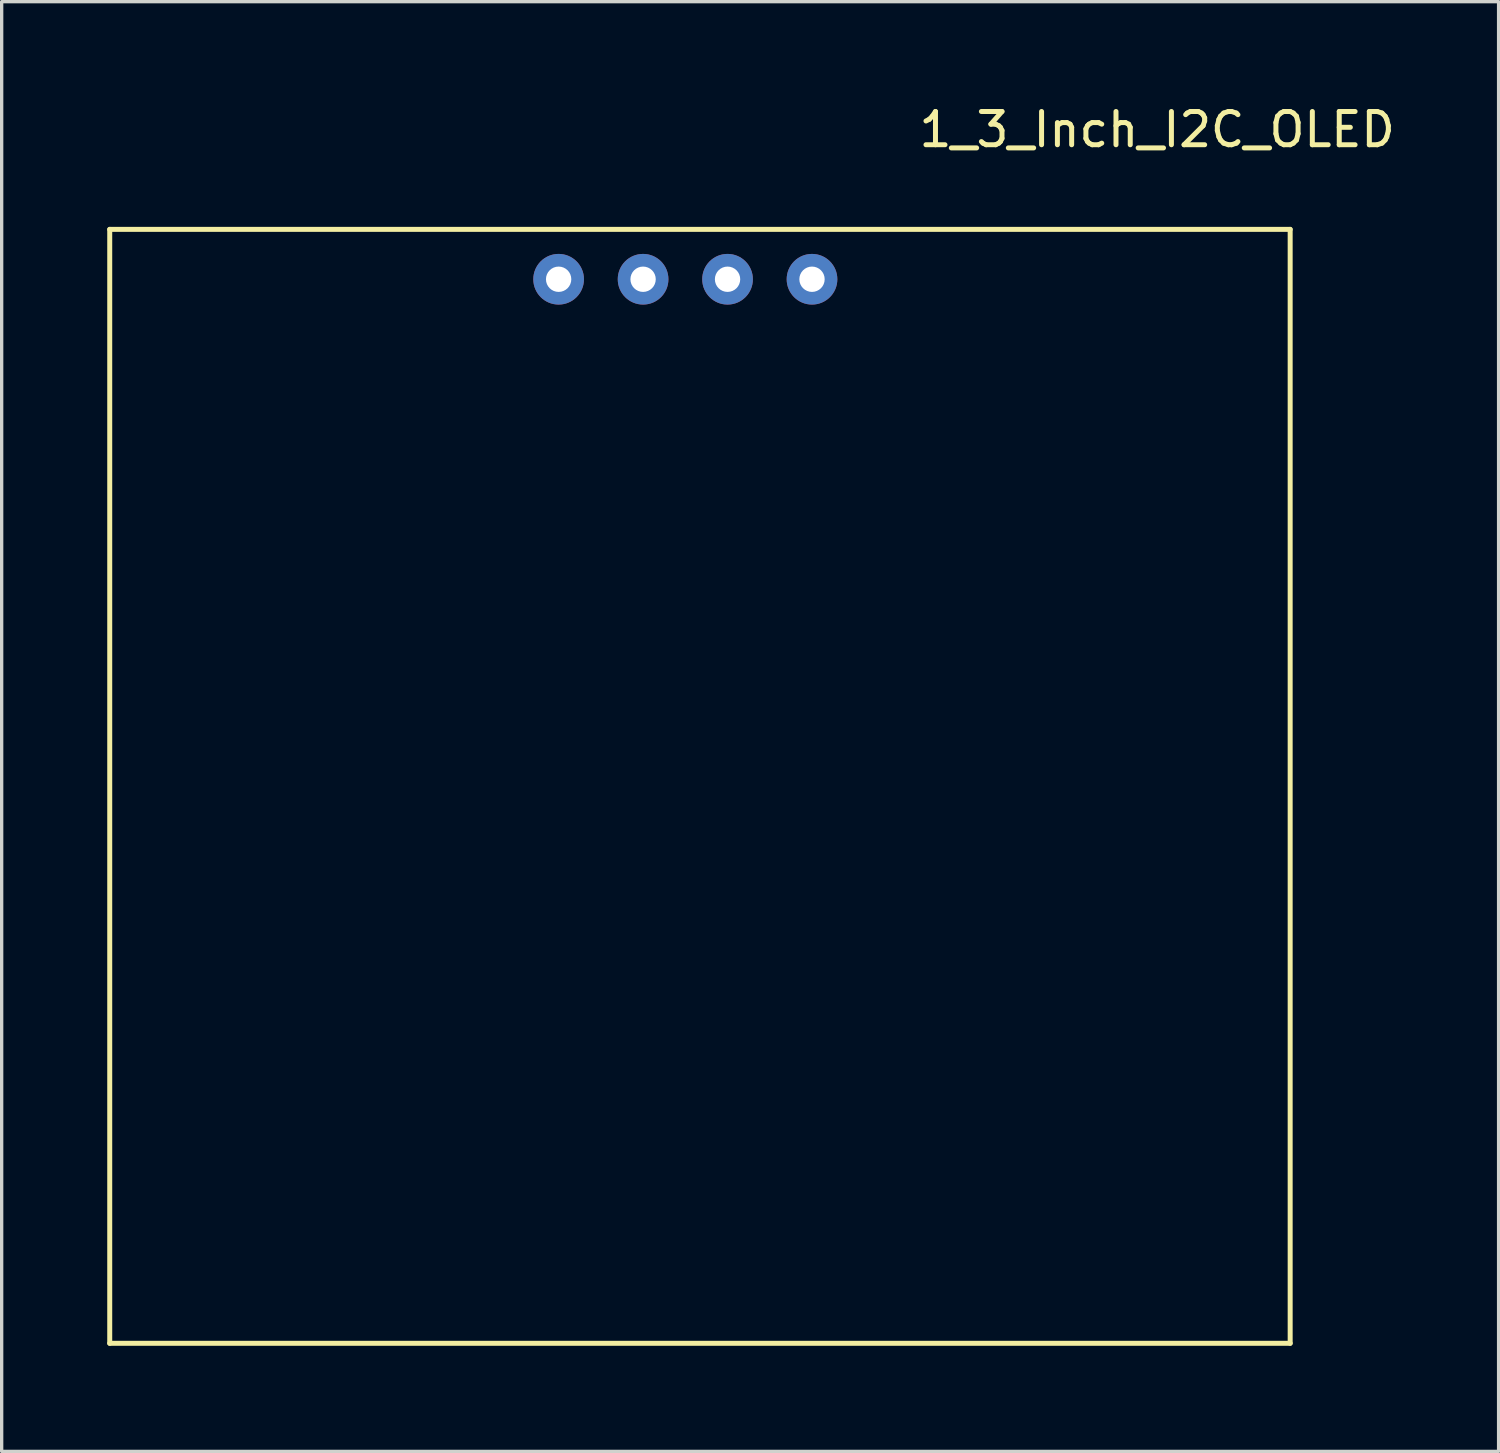
<source format=kicad_pcb>
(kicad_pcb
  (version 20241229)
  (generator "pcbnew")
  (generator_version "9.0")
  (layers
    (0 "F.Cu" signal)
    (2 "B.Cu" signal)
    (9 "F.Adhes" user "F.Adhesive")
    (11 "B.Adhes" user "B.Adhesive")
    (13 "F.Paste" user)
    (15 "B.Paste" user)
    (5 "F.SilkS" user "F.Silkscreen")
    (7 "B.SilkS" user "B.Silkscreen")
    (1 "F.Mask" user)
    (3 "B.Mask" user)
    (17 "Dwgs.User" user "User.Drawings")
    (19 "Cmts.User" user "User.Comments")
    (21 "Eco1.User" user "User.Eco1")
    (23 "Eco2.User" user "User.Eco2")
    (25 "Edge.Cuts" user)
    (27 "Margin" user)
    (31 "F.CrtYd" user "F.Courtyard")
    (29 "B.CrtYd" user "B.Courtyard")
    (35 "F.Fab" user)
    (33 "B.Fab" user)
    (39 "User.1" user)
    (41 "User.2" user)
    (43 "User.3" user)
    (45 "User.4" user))
  (footprint "1_3_Inch_I2C_OLED"
    (layer "F.Cu")
    (at 0.25 37.348)
    (property "Reference" "1_3_Inch_I2C_OLED" (at 31.5 -36.5 0) (layer "F.SilkS") (effects (font (size 1 1) (thickness 0.15))))
    (attr through_hole)
    (fp_line (start 0 -33.5) (end 0 0) (stroke (width 0.15) (type solid)) (layer "F.SilkS"))
    (fp_line (start 0 0) (end 35.5 0) (stroke (width 0.15) (type solid)) (layer "F.SilkS"))
    (fp_line (start 35.5 -33.5) (end 0 -33.5) (stroke (width 0.15) (type solid)) (layer "F.SilkS"))
    (fp_line (start 35.5 0) (end 35.5 -33.5) (stroke (width 0.15) (type solid)) (layer "F.SilkS"))
    (pad "1" thru_hole circle (at 13.5 -32) (size 1.524 1.524) (drill 0.762) (layers "*.Cu" "*.Mask"))
    (pad "2" thru_hole circle (at 16.04 -32) (size 1.524 1.524) (drill 0.762) (layers "*.Cu" "*.Mask"))
    (pad "3" thru_hole circle (at 18.58 -32) (size 1.524 1.524) (drill 0.762) (layers "*.Cu" "*.Mask"))
    (pad "4" thru_hole circle (at 21.12 -32) (size 1.524 1.524) (drill 0.762) (layers "*.Cu" "*.Mask")))
  (gr_rect
    (start -3 -3)
    (end 42.018 40.598)
    (stroke (width 0.1) (type default))
    (fill no)
    (layer "Edge.Cuts")))
</source>
